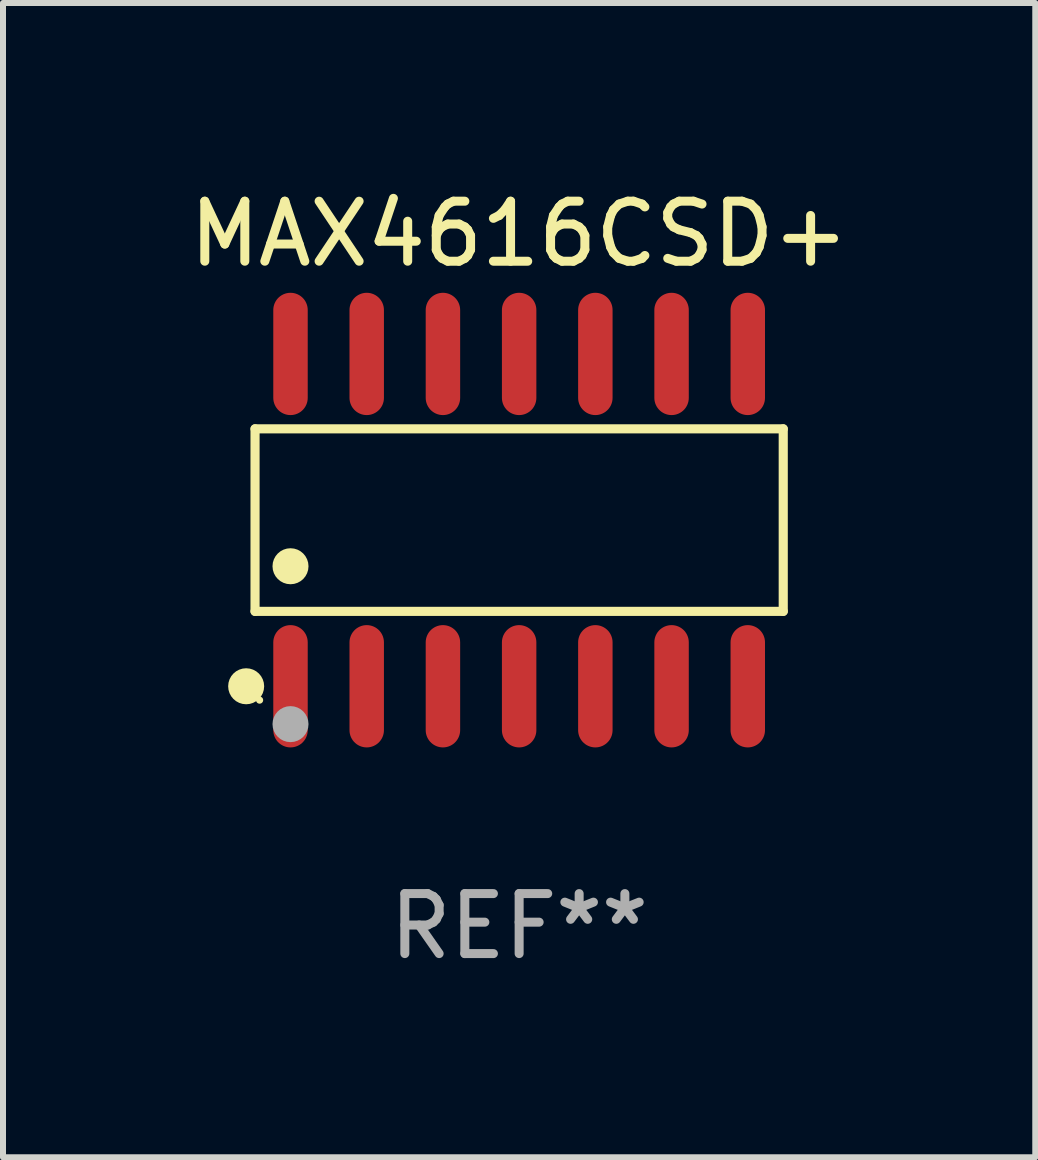
<source format=kicad_pcb>
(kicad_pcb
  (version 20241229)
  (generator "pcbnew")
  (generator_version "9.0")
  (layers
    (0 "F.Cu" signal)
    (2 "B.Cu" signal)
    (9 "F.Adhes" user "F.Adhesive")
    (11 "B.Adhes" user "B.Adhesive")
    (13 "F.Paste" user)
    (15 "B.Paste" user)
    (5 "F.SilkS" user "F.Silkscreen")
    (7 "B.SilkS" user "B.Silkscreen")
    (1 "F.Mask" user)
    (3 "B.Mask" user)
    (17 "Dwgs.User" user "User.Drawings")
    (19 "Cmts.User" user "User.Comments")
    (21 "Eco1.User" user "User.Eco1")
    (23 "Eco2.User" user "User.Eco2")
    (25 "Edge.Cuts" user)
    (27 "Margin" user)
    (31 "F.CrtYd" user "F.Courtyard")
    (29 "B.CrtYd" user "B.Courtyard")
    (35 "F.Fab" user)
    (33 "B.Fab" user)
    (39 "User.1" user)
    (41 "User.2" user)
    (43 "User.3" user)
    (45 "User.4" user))
  (footprint "MAX4616CSD+"
    (layer "F.Cu")
    (at 5.601 5.617)
    (property "Reference" "MAX4616CSD+" (at 0 -4.769 0) (layer "F.SilkS") (effects (font (size 1 1) (thickness 0.15))))
    (attr through_hole)
    (fp_line (start -4.401 -1.521) (end 4.401 -1.521) (stroke (width 0.152) (type solid)) (layer "F.SilkS"))
    (fp_line (start -4.401 1.521) (end -4.401 -1.521) (stroke (width 0.152) (type solid)) (layer "F.SilkS"))
    (fp_line (start 4.401 -1.521) (end 4.401 1.521) (stroke (width 0.152) (type solid)) (layer "F.SilkS"))
    (fp_line (start 4.401 1.521) (end -4.401 1.521) (stroke (width 0.152) (type solid)) (layer "F.SilkS"))
    (fp_circle (center -4.549 2.769) (end -4.399 2.769) (stroke (width 0.3) (type solid)) (fill no) (layer "F.SilkS"))
    (fp_circle (center -4.325 3) (end -4.295 3) (stroke (width 0.06) (type solid)) (fill no) (layer "F.SilkS"))
    (fp_circle (center -3.81 0.769) (end -3.66 0.769) (stroke (width 0.3) (type solid)) (fill no) (layer "F.SilkS"))
    (fp_circle (center -3.81 3.4) (end -3.66 3.4) (stroke (width 0.3) (type solid)) (fill no) (layer "F.Fab"))
    (fp_text user "REF**" (at 0 6.769 0) (layer "F.Fab") (effects (font (size 1 1) (thickness 0.15))))
    (pad "1" smd oval (at -3.81 2.769) (size 0.574 2.038) (layers "F.Cu" "F.Mask" "F.Paste"))
    (pad "2" smd oval (at -2.54 2.769) (size 0.574 2.038) (layers "F.Cu" "F.Mask" "F.Paste"))
    (pad "3" smd oval (at -1.27 2.769) (size 0.574 2.038) (layers "F.Cu" "F.Mask" "F.Paste"))
    (pad "4" smd oval (at 0 2.769) (size 0.574 2.038) (layers "F.Cu" "F.Mask" "F.Paste"))
    (pad "5" smd oval (at 1.27 2.769) (size 0.574 2.038) (layers "F.Cu" "F.Mask" "F.Paste"))
    (pad "6" smd oval (at 2.54 2.769) (size 0.574 2.038) (layers "F.Cu" "F.Mask" "F.Paste"))
    (pad "7" smd oval (at 3.81 2.769) (size 0.574 2.038) (layers "F.Cu" "F.Mask" "F.Paste"))
    (pad "8" smd oval (at 3.81 -2.769) (size 0.574 2.038) (layers "F.Cu" "F.Mask" "F.Paste"))
    (pad "9" smd oval (at 2.54 -2.769) (size 0.574 2.038) (layers "F.Cu" "F.Mask" "F.Paste"))
    (pad "10" smd oval (at 1.27 -2.769) (size 0.574 2.038) (layers "F.Cu" "F.Mask" "F.Paste"))
    (pad "11" smd oval (at 0 -2.769) (size 0.574 2.038) (layers "F.Cu" "F.Mask" "F.Paste"))
    (pad "12" smd oval (at -1.27 -2.769) (size 0.574 2.038) (layers "F.Cu" "F.Mask" "F.Paste"))
    (pad "13" smd oval (at -2.54 -2.769) (size 0.574 2.038) (layers "F.Cu" "F.Mask" "F.Paste"))
    (pad "14" smd oval (at -3.81 -2.769) (size 0.574 2.038) (layers "F.Cu" "F.Mask" "F.Paste")))
  (gr_rect
    (start -3 -3)
    (end 14.202 16.235)
    (stroke (width 0.1) (type default))
    (fill no)
    (layer "Edge.Cuts")))
</source>
